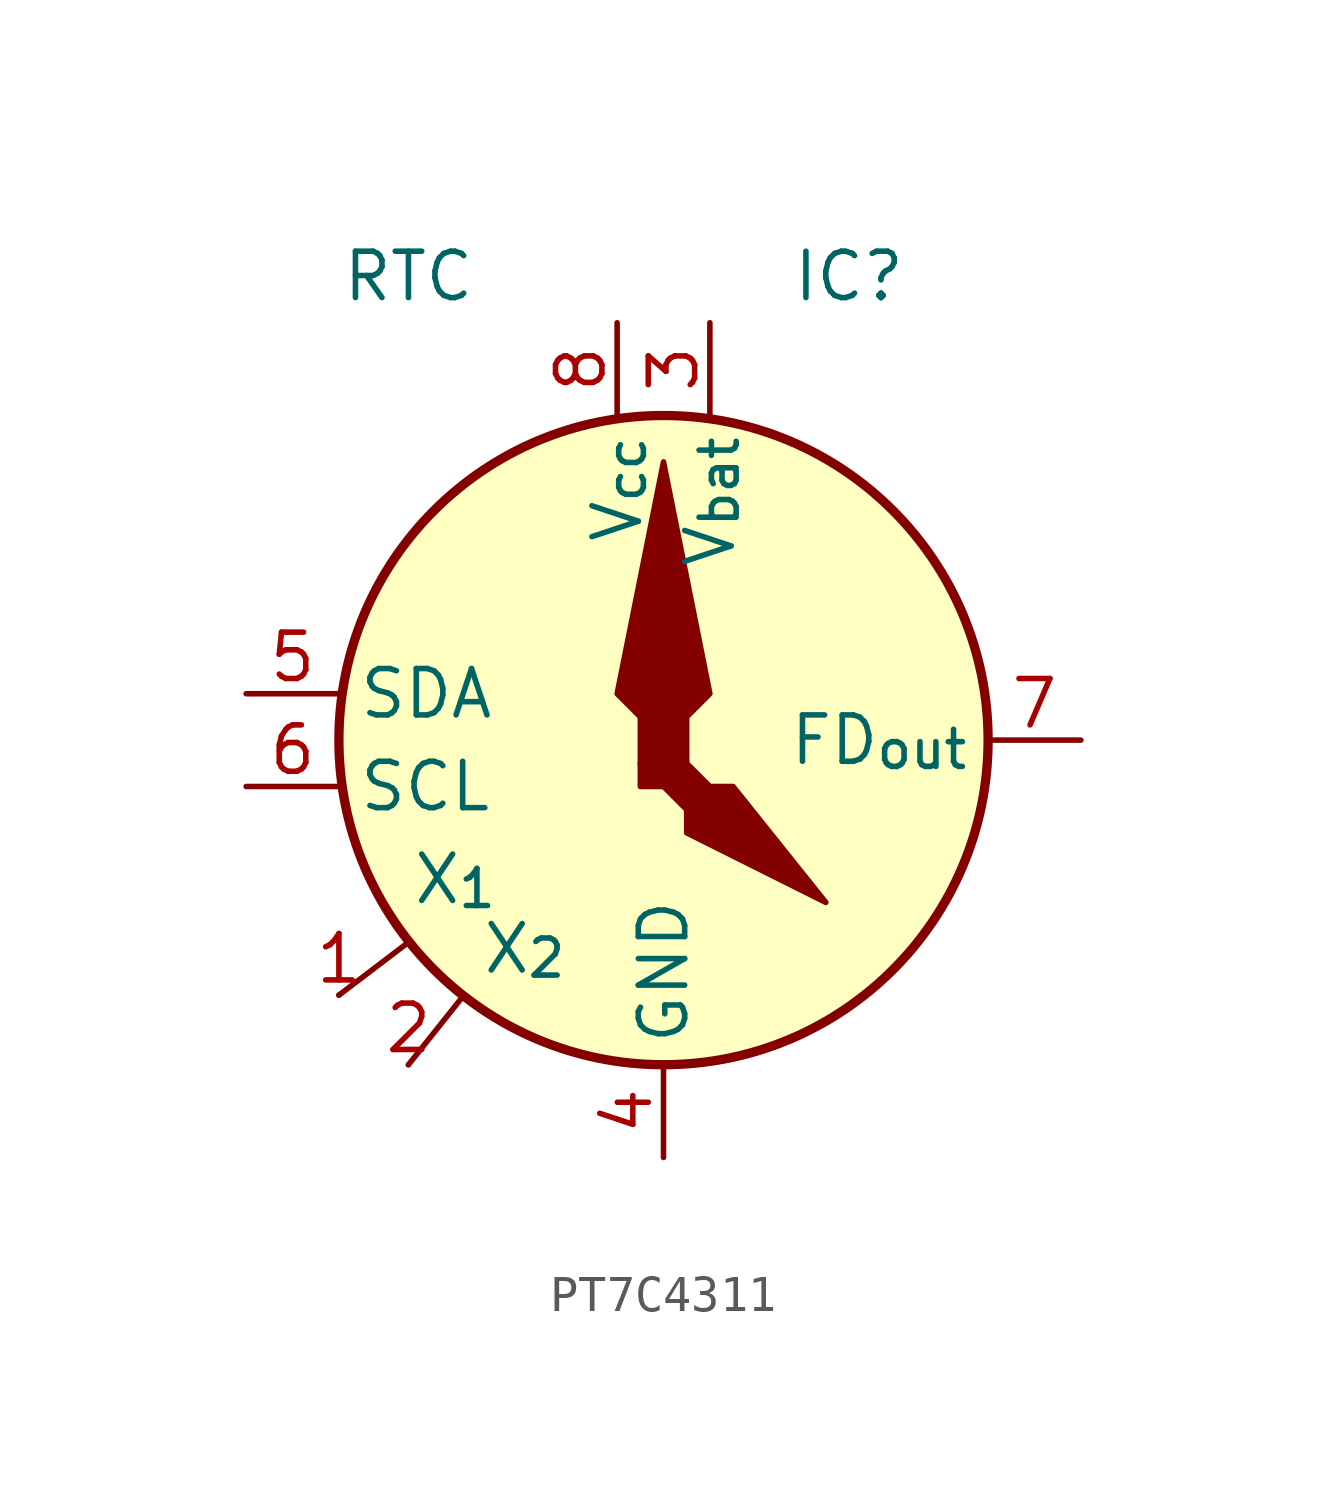
<source format=kicad_sym>
(kicad_symbol_lib
  (version 20220914)
  (generator kicad_symbol_editor)
  (symbol "PT7C4311"
    (property "Reference" "IC"
      (at 5.08 12.7 0)
      (effects (font (size 1.27 1.27))))
    (property "Value" "RTC"
      (at -6.985 12.7 0)
      (effects (font (size 1.27 1.27))))
    (symbol "PT7C4311_1_1"
      (polyline (pts (xy -8.89 -6.985) (xy -6.975 -5.529)) (stroke (width 0) (type default)) (fill (type none)))
      (polyline (pts (xy -6.985 -8.89) (xy -5.481 -7.003)) (stroke (width 0) (type default)) (fill (type none)))
      (polyline (pts (xy -0.635 0.635) (xy -1.27 1.27) (xy 0 7.62) (xy 1.27 1.27) (xy 0.635 0.635) (xy 0.635 -1.27) (xy -0.635 -1.27) (xy -0.635 0.635)) (stroke (width 0) (type default)) (fill (type outline)))
      (polyline (pts (xy 0 0) (xy -0.635 -0.635) (xy 0.635 -1.905) (xy 0.635 -2.54) (xy 4.445 -4.445) (xy 1.905 -1.27) (xy 1.27 -1.27) (xy 0 0)) (stroke (width 0) (type default)) (fill (type outline)))
      (circle (center 0 0) (radius 8.89) (stroke (width 0.254) (type default)) (fill (type background)))
      (text "X_{1}" (at -5.715 -3.81 0) (effects (font (size 1.27 1.27) (color 0 100 100 1))))
      (text "X_{2}" (at -3.81 -5.715 0) (effects (font (size 1.27 1.27) (color 0 100 100 1))))
      (pin passive line (at -8.89 -6.985 0) (length 0) (name "X1" (effects (font (size 0 0)))) (number "1" (effects (font (size 1.27 1.27)))))
      (pin passive line (at -6.985 -8.89 0) (length 0) (name "X2" (effects (font (size 0 0)))) (number "2" (effects (font (size 1.27 1.27)))))
      (pin power_in line (at 1.27 11.43 270) (length 2.54) (name "V_{bat}" (effects (font (size 1.27 1.27)))) (number "3" (effects (font (size 1.27 1.27)))))
      (pin power_in line (at 0 -11.43 90) (length 2.54) (name "GND" (effects (font (size 1.27 1.27)))) (number "4" (effects (font (size 1.27 1.27)))))
      (pin bidirectional line (at -11.43 1.27 0) (length 2.54) (name "SDA" (effects (font (size 1.27 1.27)))) (number "5" (effects (font (size 1.27 1.27)))))
      (pin input line (at -11.43 -1.27 0) (length 2.54) (name "SCL" (effects (font (size 1.27 1.27)))) (number "6" (effects (font (size 1.27 1.27)))))
      (pin output line (at 11.43 0 180) (length 2.54) (name "FD_{out}" (effects (font (size 1.27 1.27)))) (number "7" (effects (font (size 1.27 1.27)))))
      (pin power_in line (at -1.27 11.43 270) (length 2.54) (name "V_{cc}" (effects (font (size 1.27 1.27)))) (number "8" (effects (font (size 1.27 1.27))))))))
</source>
